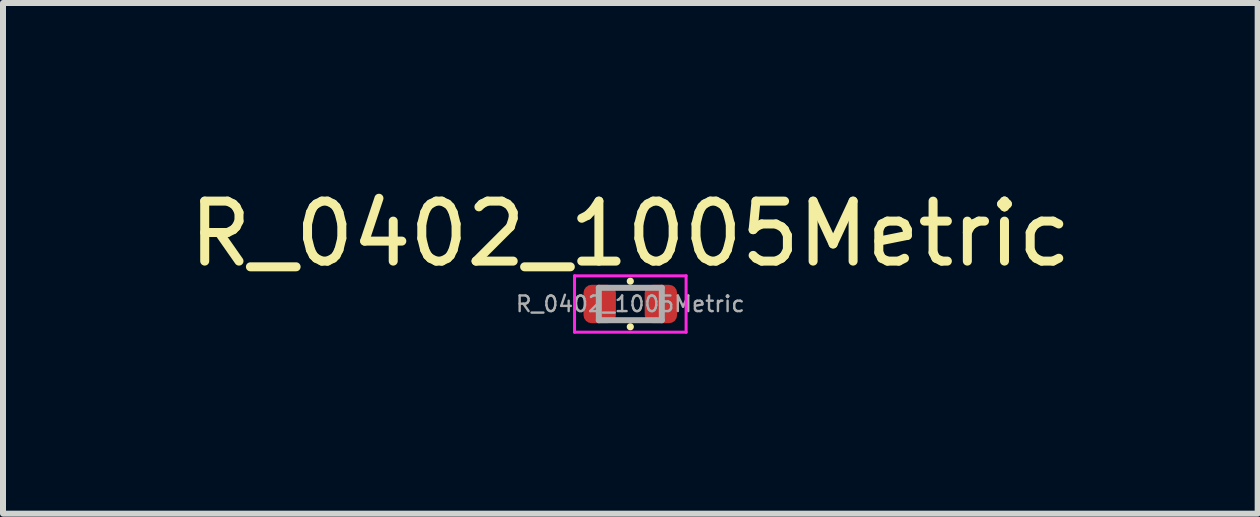
<source format=kicad_pcb>
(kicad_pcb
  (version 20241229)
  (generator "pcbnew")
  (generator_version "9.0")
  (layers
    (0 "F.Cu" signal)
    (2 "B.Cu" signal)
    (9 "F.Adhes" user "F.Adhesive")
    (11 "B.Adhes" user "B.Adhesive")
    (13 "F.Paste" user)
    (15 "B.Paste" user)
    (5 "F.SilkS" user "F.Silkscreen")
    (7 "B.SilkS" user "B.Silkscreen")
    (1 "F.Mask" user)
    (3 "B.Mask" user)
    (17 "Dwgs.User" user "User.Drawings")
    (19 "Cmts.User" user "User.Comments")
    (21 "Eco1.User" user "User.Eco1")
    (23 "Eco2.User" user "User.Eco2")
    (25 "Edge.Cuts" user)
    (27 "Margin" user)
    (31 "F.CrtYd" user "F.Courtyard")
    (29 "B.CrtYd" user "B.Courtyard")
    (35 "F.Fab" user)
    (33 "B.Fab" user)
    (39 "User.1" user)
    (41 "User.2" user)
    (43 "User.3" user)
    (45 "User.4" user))
  (footprint "R_0402_1005Metric"
    (layer "F.Cu")
    (at 7.458 2.018)
    (property "Reference" "R_0402_1005Metric" (at 0 -1.17 0) (layer "F.SilkS") (effects (font (size 1 1) (thickness 0.15))))
    (attr smd)
    (fp_line (start 0 -0.38) (end 0 -0.38) (stroke (width 0.12) (type solid)) (layer "F.SilkS"))
    (fp_line (start 0 0.38) (end 0 0.38) (stroke (width 0.12) (type solid)) (layer "F.SilkS"))
    (fp_line (start -0.93 -0.47) (end 0.93 -0.47) (stroke (width 0.05) (type solid)) (layer "F.CrtYd"))
    (fp_line (start -0.93 0.47) (end -0.93 -0.47) (stroke (width 0.05) (type solid)) (layer "F.CrtYd"))
    (fp_line (start 0.93 -0.47) (end 0.93 0.47) (stroke (width 0.05) (type solid)) (layer "F.CrtYd"))
    (fp_line (start 0.93 0.47) (end -0.93 0.47) (stroke (width 0.05) (type solid)) (layer "F.CrtYd"))
    (fp_line (start -0.525 -0.27) (end 0.525 -0.27) (stroke (width 0.1) (type solid)) (layer "F.Fab"))
    (fp_line (start -0.525 0.27) (end -0.525 -0.27) (stroke (width 0.1) (type solid)) (layer "F.Fab"))
    (fp_line (start 0.525 -0.27) (end 0.525 0.27) (stroke (width 0.1) (type solid)) (layer "F.Fab"))
    (fp_line (start 0.525 0.27) (end -0.525 0.27) (stroke (width 0.1) (type solid)) (layer "F.Fab"))
    (fp_text user "${REFERENCE}" (at 0 0 0) (layer "F.Fab") (effects (font (size 0.26 0.26) (thickness 0.04))))
    (pad "1" smd roundrect (at -0.51 0) (size 0.54 0.64) (layers "F.Cu" "F.Mask" "F.Paste") (roundrect_rratio 0.25))
    (pad "2" smd roundrect (at 0.51 0) (size 0.54 0.64) (layers "F.Cu" "F.Mask" "F.Paste") (roundrect_rratio 0.25)))
  (gr_rect
    (start -3 -3)
    (end 17.917 5.513)
    (stroke (width 0.1) (type default))
    (fill no)
    (layer "Edge.Cuts")))
</source>
